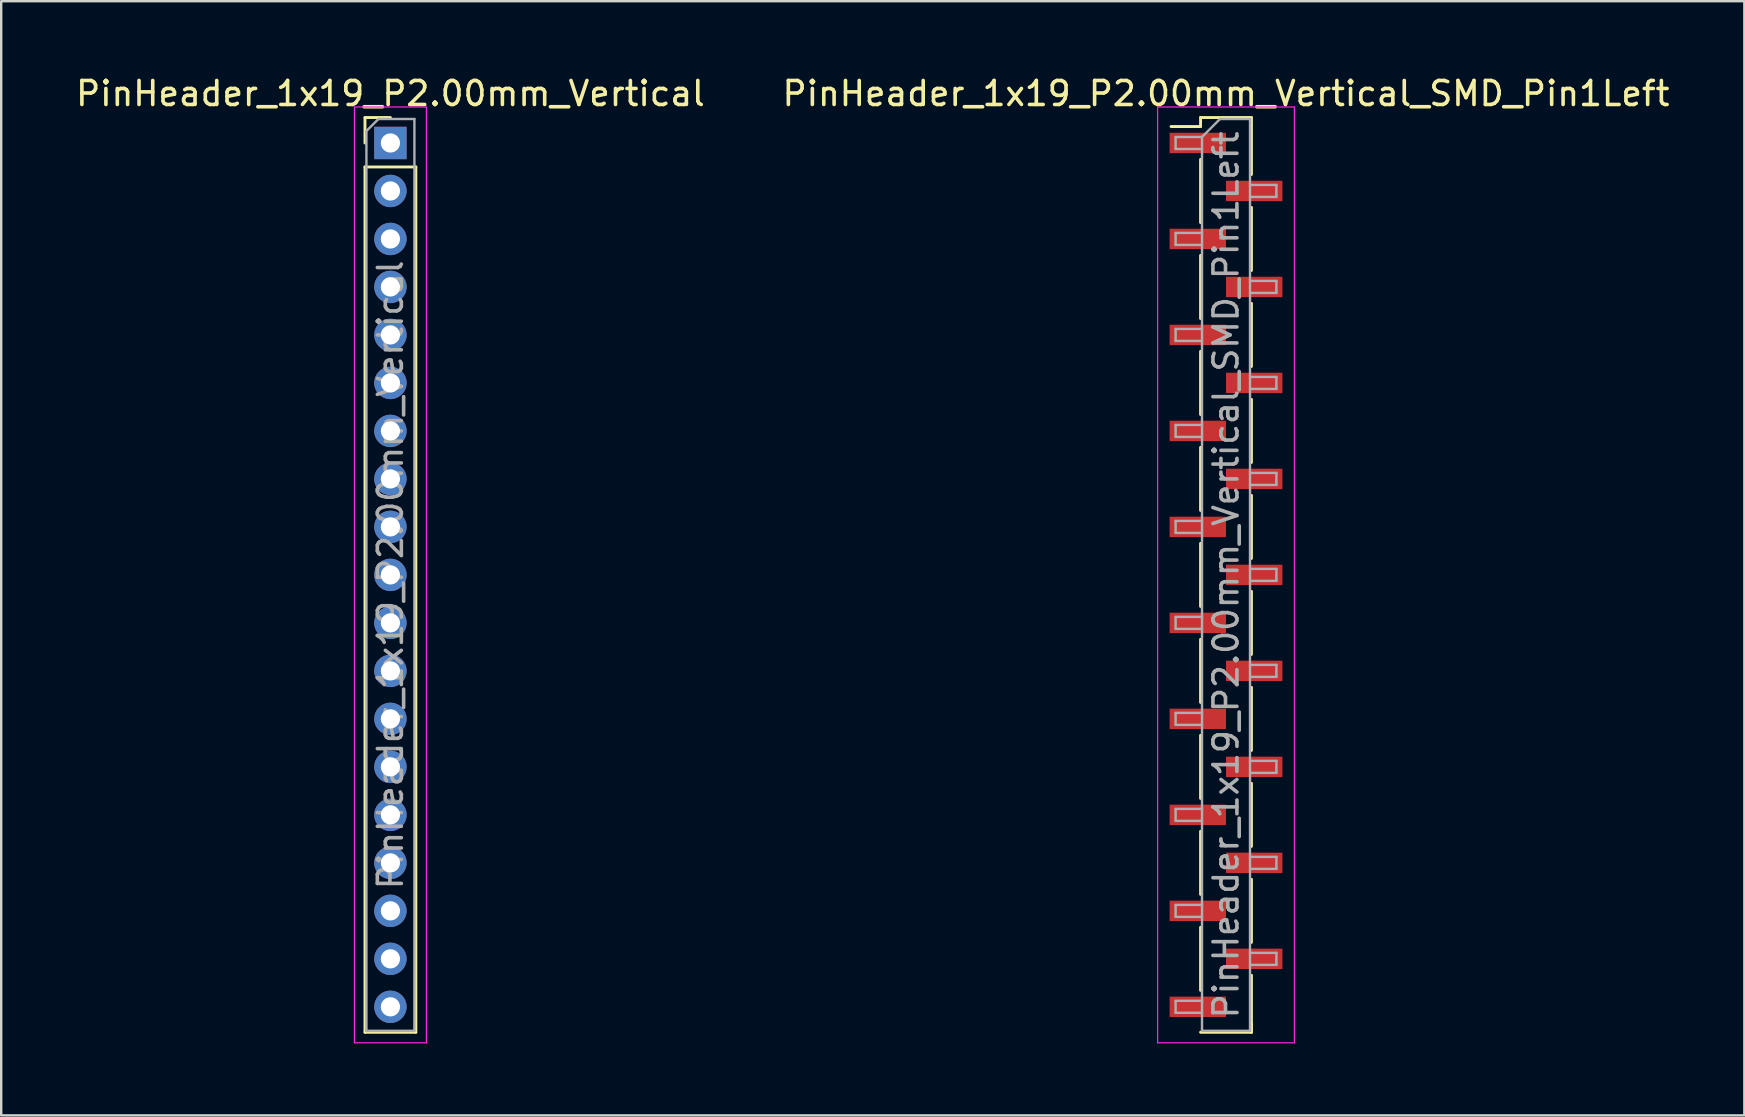
<source format=kicad_pcb>
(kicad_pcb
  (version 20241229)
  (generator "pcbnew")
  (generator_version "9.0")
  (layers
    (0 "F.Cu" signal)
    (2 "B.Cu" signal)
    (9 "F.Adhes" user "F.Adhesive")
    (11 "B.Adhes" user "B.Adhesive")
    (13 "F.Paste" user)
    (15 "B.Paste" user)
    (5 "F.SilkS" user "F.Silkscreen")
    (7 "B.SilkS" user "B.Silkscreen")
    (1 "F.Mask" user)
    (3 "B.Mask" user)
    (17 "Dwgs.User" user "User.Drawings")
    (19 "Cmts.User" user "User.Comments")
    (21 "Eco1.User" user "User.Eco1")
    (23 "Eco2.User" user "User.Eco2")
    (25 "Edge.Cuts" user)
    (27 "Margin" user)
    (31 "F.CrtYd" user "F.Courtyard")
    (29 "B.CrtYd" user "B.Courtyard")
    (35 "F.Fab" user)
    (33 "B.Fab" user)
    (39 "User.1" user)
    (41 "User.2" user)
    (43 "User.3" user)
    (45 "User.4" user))
  (footprint "PinHeader_1x19_P2.00mm_Vertical"
    (layer "F.Cu")
    (at 13.22 2.908)
    (property "Reference" "PinHeader_1x19_P2.00mm_Vertical" (at 0 -2.06 0) (layer "F.SilkS") (effects (font (size 1 1) (thickness 0.15))))
    (attr through_hole)
    (fp_line (start -1.06 -1.06) (end 0 -1.06) (stroke (width 0.12) (type solid)) (layer "F.SilkS"))
    (fp_line (start -1.06 0) (end -1.06 -1.06) (stroke (width 0.12) (type solid)) (layer "F.SilkS"))
    (fp_line (start -1.06 1) (end -1.06 37.06) (stroke (width 0.12) (type solid)) (layer "F.SilkS"))
    (fp_line (start -1.06 1) (end 1.06 1) (stroke (width 0.12) (type solid)) (layer "F.SilkS"))
    (fp_line (start -1.06 37.06) (end 1.06 37.06) (stroke (width 0.12) (type solid)) (layer "F.SilkS"))
    (fp_line (start 1.06 1) (end 1.06 37.06) (stroke (width 0.12) (type solid)) (layer "F.SilkS"))
    (fp_line (start -1.5 -1.5) (end -1.5 37.5) (stroke (width 0.05) (type solid)) (layer "F.CrtYd"))
    (fp_line (start -1.5 37.5) (end 1.5 37.5) (stroke (width 0.05) (type solid)) (layer "F.CrtYd"))
    (fp_line (start 1.5 -1.5) (end -1.5 -1.5) (stroke (width 0.05) (type solid)) (layer "F.CrtYd"))
    (fp_line (start 1.5 37.5) (end 1.5 -1.5) (stroke (width 0.05) (type solid)) (layer "F.CrtYd"))
    (fp_line (start -1 -0.5) (end -0.5 -1) (stroke (width 0.1) (type solid)) (layer "F.Fab"))
    (fp_line (start -1 37) (end -1 -0.5) (stroke (width 0.1) (type solid)) (layer "F.Fab"))
    (fp_line (start -0.5 -1) (end 1 -1) (stroke (width 0.1) (type solid)) (layer "F.Fab"))
    (fp_line (start 1 -1) (end 1 37) (stroke (width 0.1) (type solid)) (layer "F.Fab"))
    (fp_line (start 1 37) (end -1 37) (stroke (width 0.1) (type solid)) (layer "F.Fab"))
    (fp_text user "${REFERENCE}" (at 0 18 90) (layer "F.Fab") (effects (font (size 1 1) (thickness 0.15))))
    (pad "1" thru_hole rect (at 0 0) (size 1.35 1.35) (drill 0.8) (layers "*.Cu" "*.Mask"))
    (pad "2" thru_hole oval (at 0 2) (size 1.35 1.35) (drill 0.8) (layers "*.Cu" "*.Mask"))
    (pad "3" thru_hole oval (at 0 4) (size 1.35 1.35) (drill 0.8) (layers "*.Cu" "*.Mask"))
    (pad "4" thru_hole oval (at 0 6) (size 1.35 1.35) (drill 0.8) (layers "*.Cu" "*.Mask"))
    (pad "5" thru_hole oval (at 0 8) (size 1.35 1.35) (drill 0.8) (layers "*.Cu" "*.Mask"))
    (pad "6" thru_hole oval (at 0 10) (size 1.35 1.35) (drill 0.8) (layers "*.Cu" "*.Mask"))
    (pad "7" thru_hole oval (at 0 12) (size 1.35 1.35) (drill 0.8) (layers "*.Cu" "*.Mask"))
    (pad "8" thru_hole oval (at 0 14) (size 1.35 1.35) (drill 0.8) (layers "*.Cu" "*.Mask"))
    (pad "9" thru_hole oval (at 0 16) (size 1.35 1.35) (drill 0.8) (layers "*.Cu" "*.Mask"))
    (pad "10" thru_hole oval (at 0 18) (size 1.35 1.35) (drill 0.8) (layers "*.Cu" "*.Mask"))
    (pad "11" thru_hole oval (at 0 20) (size 1.35 1.35) (drill 0.8) (layers "*.Cu" "*.Mask"))
    (pad "12" thru_hole oval (at 0 22) (size 1.35 1.35) (drill 0.8) (layers "*.Cu" "*.Mask"))
    (pad "13" thru_hole oval (at 0 24) (size 1.35 1.35) (drill 0.8) (layers "*.Cu" "*.Mask"))
    (pad "14" thru_hole oval (at 0 26) (size 1.35 1.35) (drill 0.8) (layers "*.Cu" "*.Mask"))
    (pad "15" thru_hole oval (at 0 28) (size 1.35 1.35) (drill 0.8) (layers "*.Cu" "*.Mask"))
    (pad "16" thru_hole oval (at 0 30) (size 1.35 1.35) (drill 0.8) (layers "*.Cu" "*.Mask"))
    (pad "17" thru_hole oval (at 0 32) (size 1.35 1.35) (drill 0.8) (layers "*.Cu" "*.Mask"))
    (pad "18" thru_hole oval (at 0 34) (size 1.35 1.35) (drill 0.8) (layers "*.Cu" "*.Mask"))
    (pad "19" thru_hole oval (at 0 36) (size 1.35 1.35) (drill 0.8) (layers "*.Cu" "*.Mask")))
  (footprint "PinHeader_1x19_P2.00mm_Vertical_SMD_Pin1Left"
    (layer "F.Cu")
    (at 48.042 20.908)
    (property "Reference" "PinHeader_1x19_P2.00mm_Vertical_SMD_Pin1Left" (at 0 -20.06 0) (layer "F.SilkS") (effects (font (size 1 1) (thickness 0.15))))
    (attr smd)
    (fp_line (start -1.06 -19.06) (end -1.06 -18.685) (stroke (width 0.12) (type solid)) (layer "F.SilkS"))
    (fp_line (start -1.06 -19.06) (end 1.06 -19.06) (stroke (width 0.12) (type solid)) (layer "F.SilkS"))
    (fp_line (start -1.06 -18.685) (end -2.29 -18.685) (stroke (width 0.12) (type solid)) (layer "F.SilkS"))
    (fp_line (start -1.06 -17.315) (end -1.06 -14.685) (stroke (width 0.12) (type solid)) (layer "F.SilkS"))
    (fp_line (start -1.06 -13.315) (end -1.06 -10.685) (stroke (width 0.12) (type solid)) (layer "F.SilkS"))
    (fp_line (start -1.06 -9.315) (end -1.06 -6.685) (stroke (width 0.12) (type solid)) (layer "F.SilkS"))
    (fp_line (start -1.06 -5.315) (end -1.06 -2.685) (stroke (width 0.12) (type solid)) (layer "F.SilkS"))
    (fp_line (start -1.06 -1.315) (end -1.06 1.315) (stroke (width 0.12) (type solid)) (layer "F.SilkS"))
    (fp_line (start -1.06 2.685) (end -1.06 5.315) (stroke (width 0.12) (type solid)) (layer "F.SilkS"))
    (fp_line (start -1.06 6.685) (end -1.06 9.315) (stroke (width 0.12) (type solid)) (layer "F.SilkS"))
    (fp_line (start -1.06 10.685) (end -1.06 13.315) (stroke (width 0.12) (type solid)) (layer "F.SilkS"))
    (fp_line (start -1.06 14.685) (end -1.06 17.315) (stroke (width 0.12) (type solid)) (layer "F.SilkS"))
    (fp_line (start -1.06 19.06) (end 1.06 19.06) (stroke (width 0.12) (type solid)) (layer "F.SilkS"))
    (fp_line (start 1.06 -19.06) (end 1.06 -16.685) (stroke (width 0.12) (type solid)) (layer "F.SilkS"))
    (fp_line (start 1.06 -15.315) (end 1.06 -12.685) (stroke (width 0.12) (type solid)) (layer "F.SilkS"))
    (fp_line (start 1.06 -11.315) (end 1.06 -8.685) (stroke (width 0.12) (type solid)) (layer "F.SilkS"))
    (fp_line (start 1.06 -7.315) (end 1.06 -4.685) (stroke (width 0.12) (type solid)) (layer "F.SilkS"))
    (fp_line (start 1.06 -3.315) (end 1.06 -0.685) (stroke (width 0.12) (type solid)) (layer "F.SilkS"))
    (fp_line (start 1.06 0.685) (end 1.06 3.315) (stroke (width 0.12) (type solid)) (layer "F.SilkS"))
    (fp_line (start 1.06 4.685) (end 1.06 7.315) (stroke (width 0.12) (type solid)) (layer "F.SilkS"))
    (fp_line (start 1.06 8.685) (end 1.06 11.315) (stroke (width 0.12) (type solid)) (layer "F.SilkS"))
    (fp_line (start 1.06 12.685) (end 1.06 15.315) (stroke (width 0.12) (type solid)) (layer "F.SilkS"))
    (fp_line (start 1.06 16.685) (end 1.06 19.06) (stroke (width 0.12) (type solid)) (layer "F.SilkS"))
    (fp_line (start 1.06 18.685) (end 1.06 19.06) (stroke (width 0.12) (type solid)) (layer "F.SilkS"))
    (fp_line (start -2.85 -19.5) (end -2.85 19.5) (stroke (width 0.05) (type solid)) (layer "F.CrtYd"))
    (fp_line (start -2.85 19.5) (end 2.85 19.5) (stroke (width 0.05) (type solid)) (layer "F.CrtYd"))
    (fp_line (start 2.85 -19.5) (end -2.85 -19.5) (stroke (width 0.05) (type solid)) (layer "F.CrtYd"))
    (fp_line (start 2.85 19.5) (end 2.85 -19.5) (stroke (width 0.05) (type solid)) (layer "F.CrtYd"))
    (fp_line (start -2.1 -18.25) (end -2.1 -17.75) (stroke (width 0.1) (type solid)) (layer "F.Fab"))
    (fp_line (start -2.1 -17.75) (end -1 -17.75) (stroke (width 0.1) (type solid)) (layer "F.Fab"))
    (fp_line (start -2.1 -14.25) (end -2.1 -13.75) (stroke (width 0.1) (type solid)) (layer "F.Fab"))
    (fp_line (start -2.1 -13.75) (end -1 -13.75) (stroke (width 0.1) (type solid)) (layer "F.Fab"))
    (fp_line (start -2.1 -10.25) (end -2.1 -9.75) (stroke (width 0.1) (type solid)) (layer "F.Fab"))
    (fp_line (start -2.1 -9.75) (end -1 -9.75) (stroke (width 0.1) (type solid)) (layer "F.Fab"))
    (fp_line (start -2.1 -6.25) (end -2.1 -5.75) (stroke (width 0.1) (type solid)) (layer "F.Fab"))
    (fp_line (start -2.1 -5.75) (end -1 -5.75) (stroke (width 0.1) (type solid)) (layer "F.Fab"))
    (fp_line (start -2.1 -2.25) (end -2.1 -1.75) (stroke (width 0.1) (type solid)) (layer "F.Fab"))
    (fp_line (start -2.1 -1.75) (end -1 -1.75) (stroke (width 0.1) (type solid)) (layer "F.Fab"))
    (fp_line (start -2.1 1.75) (end -2.1 2.25) (stroke (width 0.1) (type solid)) (layer "F.Fab"))
    (fp_line (start -2.1 2.25) (end -1 2.25) (stroke (width 0.1) (type solid)) (layer "F.Fab"))
    (fp_line (start -2.1 5.75) (end -2.1 6.25) (stroke (width 0.1) (type solid)) (layer "F.Fab"))
    (fp_line (start -2.1 6.25) (end -1 6.25) (stroke (width 0.1) (type solid)) (layer "F.Fab"))
    (fp_line (start -2.1 9.75) (end -2.1 10.25) (stroke (width 0.1) (type solid)) (layer "F.Fab"))
    (fp_line (start -2.1 10.25) (end -1 10.25) (stroke (width 0.1) (type solid)) (layer "F.Fab"))
    (fp_line (start -2.1 13.75) (end -2.1 14.25) (stroke (width 0.1) (type solid)) (layer "F.Fab"))
    (fp_line (start -2.1 14.25) (end -1 14.25) (stroke (width 0.1) (type solid)) (layer "F.Fab"))
    (fp_line (start -2.1 17.75) (end -2.1 18.25) (stroke (width 0.1) (type solid)) (layer "F.Fab"))
    (fp_line (start -2.1 18.25) (end -1 18.25) (stroke (width 0.1) (type solid)) (layer "F.Fab"))
    (fp_line (start -1 -18.25) (end -2.1 -18.25) (stroke (width 0.1) (type solid)) (layer "F.Fab"))
    (fp_line (start -1 -18.25) (end -0.25 -19) (stroke (width 0.1) (type solid)) (layer "F.Fab"))
    (fp_line (start -1 -14.25) (end -2.1 -14.25) (stroke (width 0.1) (type solid)) (layer "F.Fab"))
    (fp_line (start -1 -10.25) (end -2.1 -10.25) (stroke (width 0.1) (type solid)) (layer "F.Fab"))
    (fp_line (start -1 -6.25) (end -2.1 -6.25) (stroke (width 0.1) (type solid)) (layer "F.Fab"))
    (fp_line (start -1 -2.25) (end -2.1 -2.25) (stroke (width 0.1) (type solid)) (layer "F.Fab"))
    (fp_line (start -1 1.75) (end -2.1 1.75) (stroke (width 0.1) (type solid)) (layer "F.Fab"))
    (fp_line (start -1 5.75) (end -2.1 5.75) (stroke (width 0.1) (type solid)) (layer "F.Fab"))
    (fp_line (start -1 9.75) (end -2.1 9.75) (stroke (width 0.1) (type solid)) (layer "F.Fab"))
    (fp_line (start -1 13.75) (end -2.1 13.75) (stroke (width 0.1) (type solid)) (layer "F.Fab"))
    (fp_line (start -1 17.75) (end -2.1 17.75) (stroke (width 0.1) (type solid)) (layer "F.Fab"))
    (fp_line (start -1 19) (end -1 -18.25) (stroke (width 0.1) (type solid)) (layer "F.Fab"))
    (fp_line (start -0.25 -19) (end 1 -19) (stroke (width 0.1) (type solid)) (layer "F.Fab"))
    (fp_line (start 1 -19) (end 1 19) (stroke (width 0.1) (type solid)) (layer "F.Fab"))
    (fp_line (start 1 -16.25) (end 2.1 -16.25) (stroke (width 0.1) (type solid)) (layer "F.Fab"))
    (fp_line (start 1 -12.25) (end 2.1 -12.25) (stroke (width 0.1) (type solid)) (layer "F.Fab"))
    (fp_line (start 1 -8.25) (end 2.1 -8.25) (stroke (width 0.1) (type solid)) (layer "F.Fab"))
    (fp_line (start 1 -4.25) (end 2.1 -4.25) (stroke (width 0.1) (type solid)) (layer "F.Fab"))
    (fp_line (start 1 -0.25) (end 2.1 -0.25) (stroke (width 0.1) (type solid)) (layer "F.Fab"))
    (fp_line (start 1 3.75) (end 2.1 3.75) (stroke (width 0.1) (type solid)) (layer "F.Fab"))
    (fp_line (start 1 7.75) (end 2.1 7.75) (stroke (width 0.1) (type solid)) (layer "F.Fab"))
    (fp_line (start 1 11.75) (end 2.1 11.75) (stroke (width 0.1) (type solid)) (layer "F.Fab"))
    (fp_line (start 1 15.75) (end 2.1 15.75) (stroke (width 0.1) (type solid)) (layer "F.Fab"))
    (fp_line (start 1 19) (end -1 19) (stroke (width 0.1) (type solid)) (layer "F.Fab"))
    (fp_line (start 2.1 -16.25) (end 2.1 -15.75) (stroke (width 0.1) (type solid)) (layer "F.Fab"))
    (fp_line (start 2.1 -15.75) (end 1 -15.75) (stroke (width 0.1) (type solid)) (layer "F.Fab"))
    (fp_line (start 2.1 -12.25) (end 2.1 -11.75) (stroke (width 0.1) (type solid)) (layer "F.Fab"))
    (fp_line (start 2.1 -11.75) (end 1 -11.75) (stroke (width 0.1) (type solid)) (layer "F.Fab"))
    (fp_line (start 2.1 -8.25) (end 2.1 -7.75) (stroke (width 0.1) (type solid)) (layer "F.Fab"))
    (fp_line (start 2.1 -7.75) (end 1 -7.75) (stroke (width 0.1) (type solid)) (layer "F.Fab"))
    (fp_line (start 2.1 -4.25) (end 2.1 -3.75) (stroke (width 0.1) (type solid)) (layer "F.Fab"))
    (fp_line (start 2.1 -3.75) (end 1 -3.75) (stroke (width 0.1) (type solid)) (layer "F.Fab"))
    (fp_line (start 2.1 -0.25) (end 2.1 0.25) (stroke (width 0.1) (type solid)) (layer "F.Fab"))
    (fp_line (start 2.1 0.25) (end 1 0.25) (stroke (width 0.1) (type solid)) (layer "F.Fab"))
    (fp_line (start 2.1 3.75) (end 2.1 4.25) (stroke (width 0.1) (type solid)) (layer "F.Fab"))
    (fp_line (start 2.1 4.25) (end 1 4.25) (stroke (width 0.1) (type solid)) (layer "F.Fab"))
    (fp_line (start 2.1 7.75) (end 2.1 8.25) (stroke (width 0.1) (type solid)) (layer "F.Fab"))
    (fp_line (start 2.1 8.25) (end 1 8.25) (stroke (width 0.1) (type solid)) (layer "F.Fab"))
    (fp_line (start 2.1 11.75) (end 2.1 12.25) (stroke (width 0.1) (type solid)) (layer "F.Fab"))
    (fp_line (start 2.1 12.25) (end 1 12.25) (stroke (width 0.1) (type solid)) (layer "F.Fab"))
    (fp_line (start 2.1 15.75) (end 2.1 16.25) (stroke (width 0.1) (type solid)) (layer "F.Fab"))
    (fp_line (start 2.1 16.25) (end 1 16.25) (stroke (width 0.1) (type solid)) (layer "F.Fab"))
    (fp_text user "${REFERENCE}" (at 0 0 90) (layer "F.Fab") (effects (font (size 1 1) (thickness 0.15))))
    (pad "1" smd rect (at -1.175 -18) (size 2.35 0.85) (layers "F.Cu" "F.Mask" "F.Paste"))
    (pad "2" smd rect (at 1.175 -16) (size 2.35 0.85) (layers "F.Cu" "F.Mask" "F.Paste"))
    (pad "3" smd rect (at -1.175 -14) (size 2.35 0.85) (layers "F.Cu" "F.Mask" "F.Paste"))
    (pad "4" smd rect (at 1.175 -12) (size 2.35 0.85) (layers "F.Cu" "F.Mask" "F.Paste"))
    (pad "5" smd rect (at -1.175 -10) (size 2.35 0.85) (layers "F.Cu" "F.Mask" "F.Paste"))
    (pad "6" smd rect (at 1.175 -8) (size 2.35 0.85) (layers "F.Cu" "F.Mask" "F.Paste"))
    (pad "7" smd rect (at -1.175 -6) (size 2.35 0.85) (layers "F.Cu" "F.Mask" "F.Paste"))
    (pad "8" smd rect (at 1.175 -4) (size 2.35 0.85) (layers "F.Cu" "F.Mask" "F.Paste"))
    (pad "9" smd rect (at -1.175 -2) (size 2.35 0.85) (layers "F.Cu" "F.Mask" "F.Paste"))
    (pad "10" smd rect (at 1.175 0) (size 2.35 0.85) (layers "F.Cu" "F.Mask" "F.Paste"))
    (pad "11" smd rect (at -1.175 2) (size 2.35 0.85) (layers "F.Cu" "F.Mask" "F.Paste"))
    (pad "12" smd rect (at 1.175 4) (size 2.35 0.85) (layers "F.Cu" "F.Mask" "F.Paste"))
    (pad "13" smd rect (at -1.175 6) (size 2.35 0.85) (layers "F.Cu" "F.Mask" "F.Paste"))
    (pad "14" smd rect (at 1.175 8) (size 2.35 0.85) (layers "F.Cu" "F.Mask" "F.Paste"))
    (pad "15" smd rect (at -1.175 10) (size 2.35 0.85) (layers "F.Cu" "F.Mask" "F.Paste"))
    (pad "16" smd rect (at 1.175 12) (size 2.35 0.85) (layers "F.Cu" "F.Mask" "F.Paste"))
    (pad "17" smd rect (at -1.175 14) (size 2.35 0.85) (layers "F.Cu" "F.Mask" "F.Paste"))
    (pad "18" smd rect (at 1.175 16) (size 2.35 0.85) (layers "F.Cu" "F.Mask" "F.Paste"))
    (pad "19" smd rect (at -1.175 18) (size 2.35 0.85) (layers "F.Cu" "F.Mask" "F.Paste")))
  (gr_rect
    (start -3 -3)
    (end 69.643 43.433)
    (stroke (width 0.1) (type default))
    (fill no)
    (layer "Edge.Cuts")))
</source>
